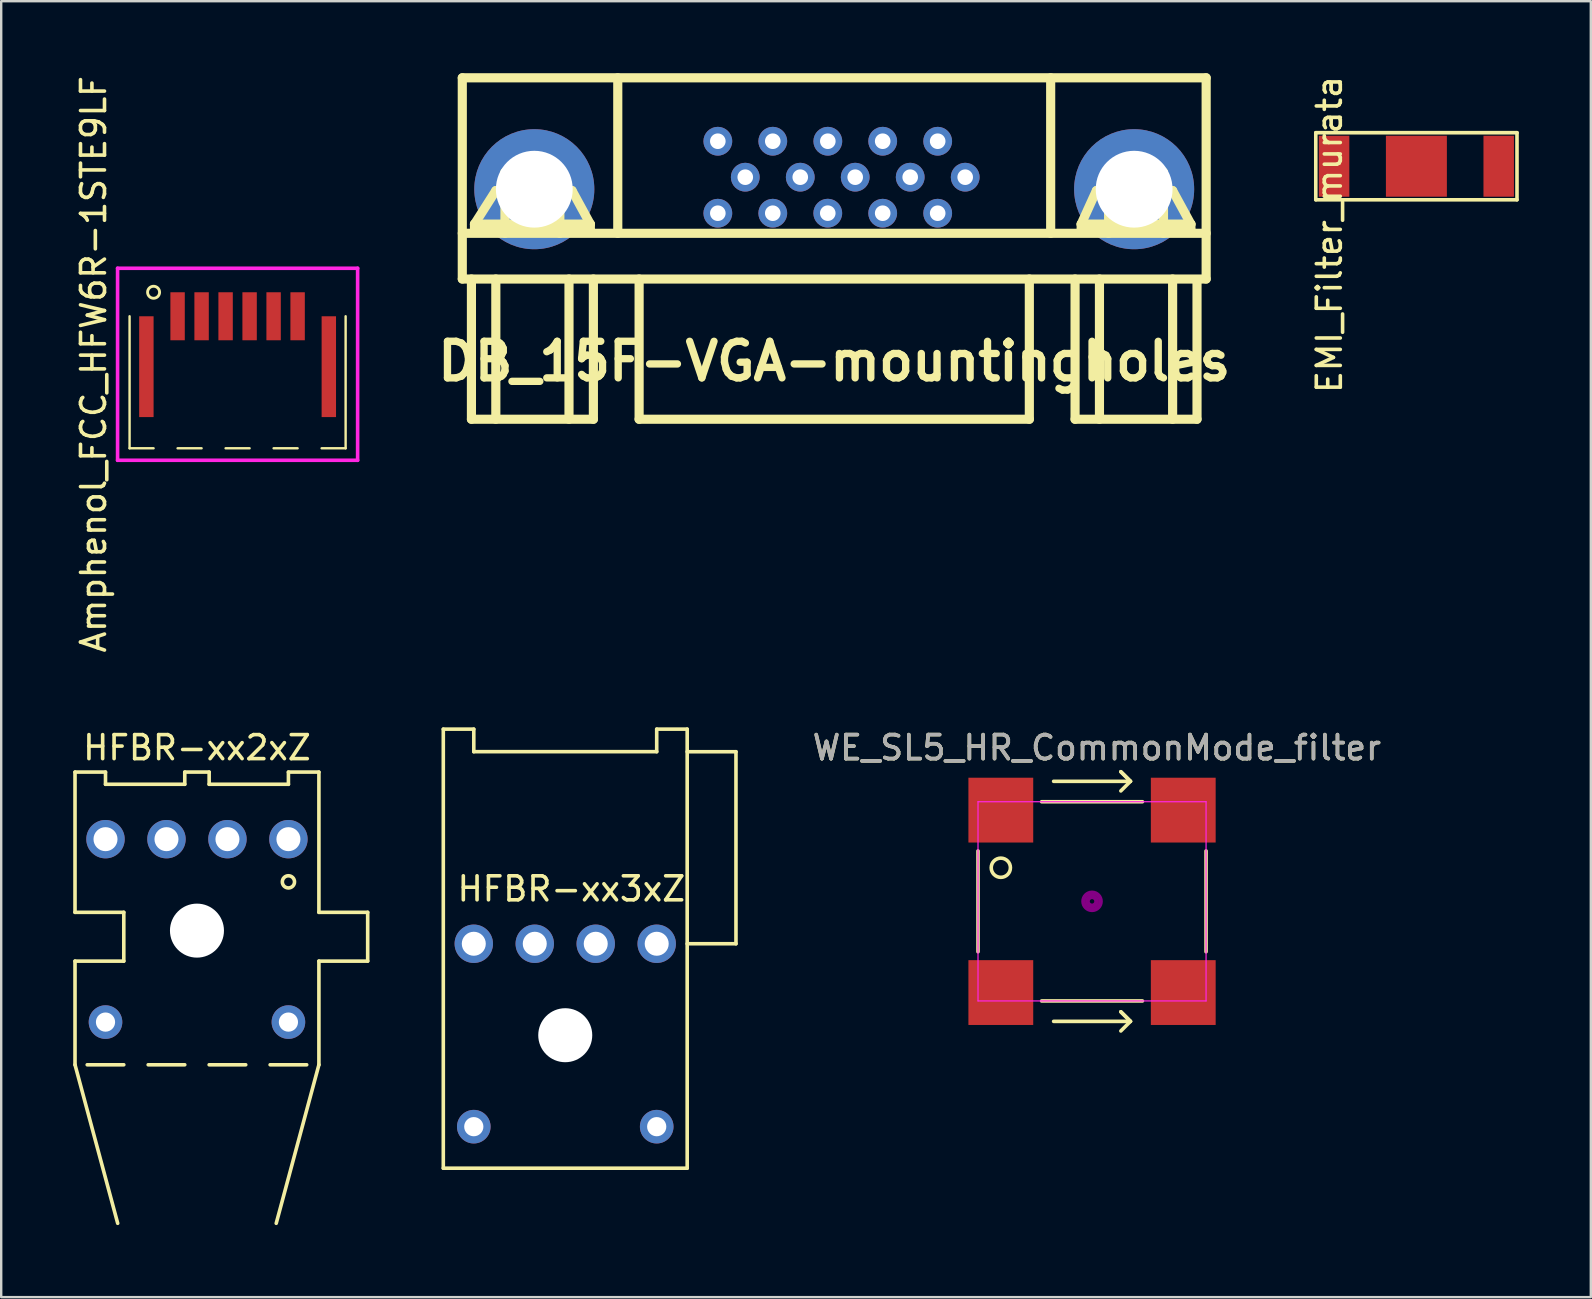
<source format=kicad_pcb>
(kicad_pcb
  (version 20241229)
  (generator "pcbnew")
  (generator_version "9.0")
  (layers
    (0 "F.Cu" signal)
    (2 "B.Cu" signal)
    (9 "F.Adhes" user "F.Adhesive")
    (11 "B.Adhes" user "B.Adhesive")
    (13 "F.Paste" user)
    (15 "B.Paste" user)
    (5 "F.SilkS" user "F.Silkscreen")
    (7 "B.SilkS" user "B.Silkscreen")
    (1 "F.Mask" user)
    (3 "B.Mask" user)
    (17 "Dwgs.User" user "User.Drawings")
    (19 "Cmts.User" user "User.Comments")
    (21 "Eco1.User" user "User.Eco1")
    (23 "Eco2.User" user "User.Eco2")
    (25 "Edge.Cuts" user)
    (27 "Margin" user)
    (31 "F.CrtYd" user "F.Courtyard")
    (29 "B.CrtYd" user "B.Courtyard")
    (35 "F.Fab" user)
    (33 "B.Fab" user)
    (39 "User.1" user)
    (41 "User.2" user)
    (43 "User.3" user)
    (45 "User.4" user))
  (footprint "Amphenol_FCC_HFW6R-1STE9LF"
    (layer "F.Cu")
    (at 6.848 10.125)
    (property "Reference" "Amphenol_FCC_HFW6R-1STE9LF" (at -6 2 90) (layer "F.SilkS") (effects (font (size 1 1) (thickness 0.15))))
    (attr smd)
    (fp_line (start -4.5 0) (end -4.5 5.5) (stroke (width 0.1) (type solid)) (layer "F.SilkS"))
    (fp_line (start -3.5 5.5) (end -4.5 5.5) (stroke (width 0.1) (type solid)) (layer "F.SilkS"))
    (fp_line (start -1.5 5.5) (end -2.5 5.5) (stroke (width 0.1) (type solid)) (layer "F.SilkS"))
    (fp_line (start 0.5 5.5) (end -0.5 5.5) (stroke (width 0.1) (type solid)) (layer "F.SilkS"))
    (fp_line (start 2.5 5.5) (end 1.5 5.5) (stroke (width 0.1) (type solid)) (layer "F.SilkS"))
    (fp_line (start 4.5 5.5) (end 3.5 5.5) (stroke (width 0.1) (type solid)) (layer "F.SilkS"))
    (fp_line (start 4.5 5.5) (end 4.5 0) (stroke (width 0.1) (type solid)) (layer "F.SilkS"))
    (fp_circle (center -3.5 -1) (end -3.75 -1) (stroke (width 0.12) (type solid)) (fill no) (layer "F.SilkS"))
    (fp_line (start -5 -2) (end -5 6) (stroke (width 0.15) (type solid)) (layer "F.CrtYd"))
    (fp_line (start -5 6) (end 5 6) (stroke (width 0.15) (type solid)) (layer "F.CrtYd"))
    (fp_line (start 5 -2) (end -5 -2) (stroke (width 0.15) (type solid)) (layer "F.CrtYd"))
    (fp_line (start 5 6) (end 5 -2) (stroke (width 0.15) (type solid)) (layer "F.CrtYd"))
    (pad "1" smd rect (at -3.8 2.1 180) (size 0.6 4.2) (layers "F.Cu" "F.Mask" "F.Paste"))
    (pad "1" smd rect (at -2.5 0 180) (size 0.6 2) (layers "F.Cu" "F.Mask" "F.Paste"))
    (pad "1" smd rect (at 3.8 2.1 180) (size 0.6 4.2) (layers "F.Cu" "F.Mask" "F.Paste"))
    (pad "2" smd rect (at -1.5 0 180) (size 0.6 2) (layers "F.Cu" "F.Mask" "F.Paste"))
    (pad "3" smd rect (at -0.5 0 180) (size 0.6 2) (layers "F.Cu" "F.Mask" "F.Paste"))
    (pad "4" smd rect (at 0.5 0 180) (size 0.6 2) (layers "F.Cu" "F.Mask" "F.Paste"))
    (pad "5" smd rect (at 1.5 0 180) (size 0.6 2) (layers "F.Cu" "F.Mask" "F.Paste"))
    (pad "6" smd rect (at 2.5 0 180) (size 0.6 2) (layers "F.Cu" "F.Mask" "F.Paste")))
  (footprint "WE_SL5_HR_CommonMode_filter"
    (layer "F.Cu")
    (at 42.442 34.498)
    (property "Reference" "WE_SL5_HR_CommonMode_filter" (at 0.2 -6.4 0) (layer "F.SilkS") (effects (font (size 1 1) (thickness 0.15))))
    (attr smd)
    (fp_line (start -4.75 2.1) (end -4.75 -2.1) (stroke (width 0.15) (type solid)) (layer "F.SilkS"))
    (fp_line (start -2.1 -4.15) (end 2.1 -4.15) (stroke (width 0.15) (type solid)) (layer "F.SilkS"))
    (fp_line (start -1.6 -5) (end 1.6 -5) (stroke (width 0.15) (type solid)) (layer "F.SilkS"))
    (fp_line (start -1.6 5) (end 1.6 5) (stroke (width 0.15) (type solid)) (layer "F.SilkS"))
    (fp_line (start 1.2 -5.4) (end 1.6 -5) (stroke (width 0.15) (type solid)) (layer "F.SilkS"))
    (fp_line (start 1.2 4.6) (end 1.6 5) (stroke (width 0.15) (type solid)) (layer "F.SilkS"))
    (fp_line (start 1.6 -5) (end 1.2 -5.4) (stroke (width 0.15) (type solid)) (layer "F.SilkS"))
    (fp_line (start 1.6 -5) (end 1.2 -4.6) (stroke (width 0.15) (type solid)) (layer "F.SilkS"))
    (fp_line (start 1.6 5) (end 1.2 4.6) (stroke (width 0.15) (type solid)) (layer "F.SilkS"))
    (fp_line (start 1.6 5) (end 1.2 5.4) (stroke (width 0.15) (type solid)) (layer "F.SilkS"))
    (fp_line (start 2.1 4.15) (end -2.1 4.15) (stroke (width 0.15) (type solid)) (layer "F.SilkS"))
    (fp_line (start 4.75 -2.1) (end 4.75 2.1) (stroke (width 0.15) (type solid)) (layer "F.SilkS"))
    (fp_circle (center -3.8 -1.4) (end -3.4 -1.4) (stroke (width 0.15) (type solid)) (fill no) (layer "F.SilkS"))
    (fp_circle (center 0 0) (end 0.093 0) (stroke (width 0.187) (type solid)) (fill no) (layer "F.Adhes"))
    (fp_circle (center 0 0) (end 0.213 0) (stroke (width 0.133) (type solid)) (fill no) (layer "F.Adhes"))
    (fp_circle (center 0 0) (end 0.333 0) (stroke (width 0.133) (type solid)) (fill no) (layer "F.Adhes"))
    (fp_circle (center 0 0) (end 0.4 0) (stroke (width 0.1) (type solid)) (fill no) (layer "F.Adhes"))
    (fp_line (start -4.75 -4.15) (end -4.75 4.15) (stroke (width 0.05) (type solid)) (layer "F.CrtYd"))
    (fp_line (start -4.75 4.15) (end 4.75 4.15) (stroke (width 0.05) (type solid)) (layer "F.CrtYd"))
    (fp_line (start 4.75 -4.15) (end -4.75 -4.15) (stroke (width 0.05) (type solid)) (layer "F.CrtYd"))
    (fp_line (start 4.75 4.15) (end 4.75 -4.15) (stroke (width 0.05) (type solid)) (layer "F.CrtYd"))
    (fp_text user "${REFERENCE}" (at 0.2 -6.4 0) (layer "F.Fab") (effects (font (size 1 1) (thickness 0.15))))
    (pad "1" smd rect (at -3.8 -3.8) (size 2.7 2.7) (layers "F.Cu" "F.Mask" "F.Paste"))
    (pad "2" smd rect (at 3.8 -3.8) (size 2.7 2.7) (layers "F.Cu" "F.Mask" "F.Paste"))
    (pad "3" smd rect (at -3.8 3.8) (size 2.7 2.7) (layers "F.Cu" "F.Mask" "F.Paste"))
    (pad "4" smd rect (at 3.8 3.8) (size 2.7 2.7) (layers "F.Cu" "F.Mask" "F.Paste")))
  (footprint "HFBR-xx2xZ"
    (layer "F.Cu")
    (at 8.965 31.908)
    (property "Reference" "HFBR-xx2xZ" (at -3.81 -3.81 0) (layer "F.SilkS") (effects (font (size 1 1) (thickness 0.15))))
    (attr through_hole)
    (fp_line (start -8.89 3.048) (end -8.89 -2.794) (stroke (width 0.15) (type solid)) (layer "F.SilkS"))
    (fp_line (start -8.89 5.08) (end -8.89 9.398) (stroke (width 0.15) (type solid)) (layer "F.SilkS"))
    (fp_line (start -8.89 5.08) (end -6.858 5.08) (stroke (width 0.15) (type solid)) (layer "F.SilkS"))
    (fp_line (start -8.89 9.398) (end -7.112 16.002) (stroke (width 0.15) (type solid)) (layer "F.SilkS"))
    (fp_line (start -8.382 9.398) (end -6.858 9.398) (stroke (width 0.15) (type solid)) (layer "F.SilkS"))
    (fp_line (start -7.62 -2.794) (end -8.89 -2.794) (stroke (width 0.15) (type solid)) (layer "F.SilkS"))
    (fp_line (start -7.62 -2.794) (end -7.62 -2.286) (stroke (width 0.15) (type solid)) (layer "F.SilkS"))
    (fp_line (start -7.62 -2.286) (end -4.318 -2.286) (stroke (width 0.15) (type solid)) (layer "F.SilkS"))
    (fp_line (start -6.858 3.048) (end -8.89 3.048) (stroke (width 0.15) (type solid)) (layer "F.SilkS"))
    (fp_line (start -6.858 5.08) (end -6.858 3.048) (stroke (width 0.15) (type solid)) (layer "F.SilkS"))
    (fp_line (start -5.842 9.398) (end -4.318 9.398) (stroke (width 0.15) (type solid)) (layer "F.SilkS"))
    (fp_line (start -4.318 -2.794) (end -3.302 -2.794) (stroke (width 0.15) (type solid)) (layer "F.SilkS"))
    (fp_line (start -4.318 -2.286) (end -4.318 -2.794) (stroke (width 0.15) (type solid)) (layer "F.SilkS"))
    (fp_line (start -3.302 -2.794) (end -3.302 -2.286) (stroke (width 0.15) (type solid)) (layer "F.SilkS"))
    (fp_line (start -3.302 -2.286) (end 0 -2.286) (stroke (width 0.15) (type solid)) (layer "F.SilkS"))
    (fp_line (start -3.302 9.398) (end -1.778 9.398) (stroke (width 0.15) (type solid)) (layer "F.SilkS"))
    (fp_line (start -0.762 9.398) (end 0.762 9.398) (stroke (width 0.15) (type solid)) (layer "F.SilkS"))
    (fp_line (start 0 -2.794) (end 1.27 -2.794) (stroke (width 0.15) (type solid)) (layer "F.SilkS"))
    (fp_line (start 0 -2.286) (end 0 -2.794) (stroke (width 0.15) (type solid)) (layer "F.SilkS"))
    (fp_line (start 1.27 -2.794) (end 1.27 3.048) (stroke (width 0.15) (type solid)) (layer "F.SilkS"))
    (fp_line (start 1.27 5.08) (end 1.27 9.398) (stroke (width 0.15) (type solid)) (layer "F.SilkS"))
    (fp_line (start 1.27 5.08) (end 3.302 5.08) (stroke (width 0.15) (type solid)) (layer "F.SilkS"))
    (fp_line (start 1.27 9.398) (end -0.508 16.002) (stroke (width 0.15) (type solid)) (layer "F.SilkS"))
    (fp_line (start 3.302 3.048) (end 1.27 3.048) (stroke (width 0.15) (type solid)) (layer "F.SilkS"))
    (fp_line (start 3.302 5.08) (end 3.302 3.048) (stroke (width 0.15) (type solid)) (layer "F.SilkS"))
    (fp_circle (center 0 1.778) (end 0.254 1.778) (stroke (width 0.15) (type solid)) (fill no) (layer "F.SilkS"))
    (pad "" np_thru_hole circle (at -3.81 3.81) (size 2.25 2.25) (drill 2.25) (layers "*.Cu" "*.Mask"))
    (pad "1" thru_hole circle (at 0 0) (size 1.6 1.6) (drill 1) (layers "*.Cu" "*.Mask"))
    (pad "2" thru_hole circle (at -2.54 0) (size 1.6 1.6) (drill 1) (layers "*.Cu" "*.Mask"))
    (pad "3" thru_hole circle (at -5.08 0) (size 1.6 1.6) (drill 1) (layers "*.Cu" "*.Mask"))
    (pad "4" thru_hole circle (at -7.62 0) (size 1.6 1.6) (drill 1) (layers "*.Cu" "*.Mask"))
    (pad "5" thru_hole circle (at -7.62 7.62) (size 1.4 1.4) (drill 0.8) (layers "*.Cu" "*.Mask"))
    (pad "8" thru_hole circle (at 0 7.62) (size 1.4 1.4) (drill 0.8) (layers "*.Cu" "*.Mask")))
  (footprint "HFBR-xx3xZ"
    (layer "F.Cu")
    (at 24.307 36.265)
    (property "Reference" "HFBR-xx3xZ" (at -3.556 -2.286 0) (layer "F.SilkS") (effects (font (size 1 1) (thickness 0.15))))
    (attr through_hole)
    (fp_line (start -8.89 9.35) (end -8.89 -8.94) (stroke (width 0.15) (type solid)) (layer "F.SilkS"))
    (fp_line (start -8.89 9.35) (end 1.27 9.35) (stroke (width 0.15) (type solid)) (layer "F.SilkS"))
    (fp_line (start -7.62 -8.94) (end -8.89 -8.94) (stroke (width 0.15) (type solid)) (layer "F.SilkS"))
    (fp_line (start -7.62 -8.001) (end -7.62 -8.94) (stroke (width 0.15) (type solid)) (layer "F.SilkS"))
    (fp_line (start 0 -8.94) (end 0 -8.001) (stroke (width 0.15) (type solid)) (layer "F.SilkS"))
    (fp_line (start 0 -8.94) (end 1.27 -8.94) (stroke (width 0.15) (type solid)) (layer "F.SilkS"))
    (fp_line (start 0 -8.001) (end -7.62 -8.001) (stroke (width 0.15) (type solid)) (layer "F.SilkS"))
    (fp_line (start 1.27 -8.94) (end 1.27 9.35) (stroke (width 0.15) (type solid)) (layer "F.SilkS"))
    (fp_line (start 1.27 -8) (end 3.302 -8) (stroke (width 0.15) (type solid)) (layer "F.SilkS"))
    (fp_line (start 3.302 -8) (end 3.302 0) (stroke (width 0.15) (type solid)) (layer "F.SilkS"))
    (fp_line (start 3.302 0) (end 1.27 0) (stroke (width 0.15) (type solid)) (layer "F.SilkS"))
    (pad "" np_thru_hole circle (at -3.81 3.81) (size 2.25 2.25) (drill 2.25) (layers "*.Cu" "*.Mask"))
    (pad "1" thru_hole circle (at 0 0) (size 1.6 1.6) (drill 1) (layers "*.Cu" "*.Mask"))
    (pad "2" thru_hole circle (at -2.54 0) (size 1.6 1.6) (drill 1) (layers "*.Cu" "*.Mask"))
    (pad "3" thru_hole circle (at -5.08 0) (size 1.6 1.6) (drill 1) (layers "*.Cu" "*.Mask"))
    (pad "4" thru_hole circle (at -7.62 0) (size 1.6 1.6) (drill 1) (layers "*.Cu" "*.Mask"))
    (pad "5" thru_hole circle (at -7.62 7.62) (size 1.4 1.4) (drill 0.8) (layers "*.Cu" "*.Mask"))
    (pad "8" thru_hole circle (at 0 7.62) (size 1.4 1.4) (drill 0.8) (layers "*.Cu" "*.Mask")))
  (footprint "EMI_Filter_murata"
    (layer "F.Cu")
    (at 55.954 3.875)
    (property "Reference" "EMI_Filter_murata" (at -3.625 2.845 270) (layer "F.SilkS") (effects (font (size 1 1) (thickness 0.15))))
    (attr smd)
    (fp_line (start -4.191 -1.397) (end -4.191 1.397) (stroke (width 0.15) (type solid)) (layer "F.SilkS"))
    (fp_line (start -4.191 1.397) (end 4.191 1.397) (stroke (width 0.15) (type solid)) (layer "F.SilkS"))
    (fp_line (start 4.191 -1.397) (end -4.191 -1.397) (stroke (width 0.15) (type solid)) (layer "F.SilkS"))
    (fp_line (start 4.191 1.397) (end 4.191 -1.397) (stroke (width 0.15) (type solid)) (layer "F.SilkS"))
    (pad "1" smd rect (at -3.429 0) (size 1.27 2.54) (layers "F.Cu" "F.Mask" "F.Paste"))
    (pad "2" smd rect (at 0 0) (size 2.54 2.54) (layers "F.Cu" "F.Mask" "F.Paste"))
    (pad "3" smd rect (at 3.429 0) (size 1.27 2.54) (layers "F.Cu" "F.Mask" "F.Paste")))
  (footprint "DB_15F-VGA-mountingholes"
    (layer "F.Cu")
    (at 31.702 7.303)
    (property "Reference" "DB_15F-VGA-mountingholes" (at 0 4.699 0) (layer "F.SilkS") (effects (font (size 1.524 1.524) (thickness 0.305))))
    (attr through_hole)
    (fp_line (start -15.494 -0.635) (end 15.494 -0.635) (stroke (width 0.381) (type solid)) (layer "F.SilkS"))
    (fp_line (start -15.494 1.27) (end -15.494 -7.112) (stroke (width 0.381) (type solid)) (layer "F.SilkS"))
    (fp_line (start -15.494 1.27) (end 15.494 1.27) (stroke (width 0.381) (type solid)) (layer "F.SilkS"))
    (fp_line (start -15.113 1.27) (end -15.113 7.112) (stroke (width 0.381) (type solid)) (layer "F.SilkS"))
    (fp_line (start -15.113 7.112) (end -10.033 7.112) (stroke (width 0.381) (type solid)) (layer "F.SilkS"))
    (fp_line (start -14.986 -1.016) (end -14.986 -0.762) (stroke (width 0.381) (type solid)) (layer "F.SilkS"))
    (fp_line (start -14.986 -0.762) (end -10.16 -0.762) (stroke (width 0.381) (type solid)) (layer "F.SilkS"))
    (fp_line (start -14.097 -2.413) (end -14.986 -1.016) (stroke (width 0.381) (type solid)) (layer "F.SilkS"))
    (fp_line (start -14.097 -2.413) (end -10.922 -2.413) (stroke (width 0.381) (type solid)) (layer "F.SilkS"))
    (fp_line (start -14.097 1.27) (end -14.097 7.112) (stroke (width 0.381) (type solid)) (layer "F.SilkS"))
    (fp_line (start -13.716 -3.175) (end -11.43 -3.175) (stroke (width 0.381) (type solid)) (layer "F.SilkS"))
    (fp_line (start -13.716 -0.635) (end -13.716 -3.175) (stroke (width 0.381) (type solid)) (layer "F.SilkS"))
    (fp_line (start -11.43 -3.175) (end -11.43 -0.635) (stroke (width 0.381) (type solid)) (layer "F.SilkS"))
    (fp_line (start -11.049 1.27) (end -11.049 7.112) (stroke (width 0.381) (type solid)) (layer "F.SilkS"))
    (fp_line (start -10.922 -2.413) (end -10.16 -1.016) (stroke (width 0.381) (type solid)) (layer "F.SilkS"))
    (fp_line (start -10.16 -1.016) (end -14.986 -1.016) (stroke (width 0.381) (type solid)) (layer "F.SilkS"))
    (fp_line (start -10.16 -0.762) (end -10.16 -1.016) (stroke (width 0.381) (type solid)) (layer "F.SilkS"))
    (fp_line (start -10.033 1.27) (end -10.033 7.112) (stroke (width 0.381) (type solid)) (layer "F.SilkS"))
    (fp_line (start -9.017 -7.112) (end -9.017 -0.635) (stroke (width 0.381) (type solid)) (layer "F.SilkS"))
    (fp_line (start -8.128 1.27) (end -8.128 7.112) (stroke (width 0.381) (type solid)) (layer "F.SilkS"))
    (fp_line (start -8.128 7.112) (end 8.128 7.112) (stroke (width 0.381) (type solid)) (layer "F.SilkS"))
    (fp_line (start 8.128 7.112) (end 8.128 1.27) (stroke (width 0.381) (type solid)) (layer "F.SilkS"))
    (fp_line (start 9.017 -0.635) (end 9.017 -7.112) (stroke (width 0.381) (type solid)) (layer "F.SilkS"))
    (fp_line (start 10.033 1.27) (end 10.033 7.112) (stroke (width 0.381) (type solid)) (layer "F.SilkS"))
    (fp_line (start 10.033 7.112) (end 15.113 7.112) (stroke (width 0.381) (type solid)) (layer "F.SilkS"))
    (fp_line (start 10.287 -1.016) (end 10.287 -0.762) (stroke (width 0.381) (type solid)) (layer "F.SilkS"))
    (fp_line (start 10.287 -0.762) (end 14.859 -0.762) (stroke (width 0.381) (type solid)) (layer "F.SilkS"))
    (fp_line (start 10.922 -2.413) (end 10.287 -1.016) (stroke (width 0.381) (type solid)) (layer "F.SilkS"))
    (fp_line (start 10.922 -2.413) (end 14.097 -2.413) (stroke (width 0.381) (type solid)) (layer "F.SilkS"))
    (fp_line (start 11.049 1.27) (end 11.049 7.112) (stroke (width 0.381) (type solid)) (layer "F.SilkS"))
    (fp_line (start 11.43 -3.175) (end 13.716 -3.175) (stroke (width 0.381) (type solid)) (layer "F.SilkS"))
    (fp_line (start 11.43 -0.635) (end 11.43 -3.175) (stroke (width 0.381) (type solid)) (layer "F.SilkS"))
    (fp_line (start 13.716 -3.175) (end 13.716 -0.635) (stroke (width 0.381) (type solid)) (layer "F.SilkS"))
    (fp_line (start 14.097 -2.413) (end 14.859 -1.016) (stroke (width 0.381) (type solid)) (layer "F.SilkS"))
    (fp_line (start 14.097 1.27) (end 14.097 7.112) (stroke (width 0.381) (type solid)) (layer "F.SilkS"))
    (fp_line (start 14.859 -1.016) (end 10.287 -1.016) (stroke (width 0.381) (type solid)) (layer "F.SilkS"))
    (fp_line (start 14.859 -0.762) (end 14.859 -1.016) (stroke (width 0.381) (type solid)) (layer "F.SilkS"))
    (fp_line (start 15.113 7.112) (end 15.113 1.397) (stroke (width 0.381) (type solid)) (layer "F.SilkS"))
    (fp_line (start 15.494 -7.112) (end -15.494 -7.112) (stroke (width 0.381) (type solid)) (layer "F.SilkS"))
    (fp_line (start 15.494 -7.112) (end 15.494 1.27) (stroke (width 0.381) (type solid)) (layer "F.SilkS"))
    (pad "0" thru_hole circle (at -12.494 -2.471) (size 5.001 5.001) (drill 3.2) (layers "*.Cu" "*.Mask"))
    (pad "0" thru_hole circle (at 12.494 -2.471) (size 5.001 5.001) (drill 3.2) (layers "*.Cu" "*.Mask"))
    (pad "1" thru_hole circle (at 4.31 -4.47) (size 1.199 1.199) (drill 0.65) (layers "*.Cu" "*.Mask"))
    (pad "2" thru_hole circle (at 2.019 -4.47) (size 1.199 1.199) (drill 0.65) (layers "*.Cu" "*.Mask"))
    (pad "3" thru_hole circle (at -0.267 -4.47) (size 1.199 1.199) (drill 0.65) (layers "*.Cu" "*.Mask"))
    (pad "4" thru_hole circle (at -2.56 -4.47) (size 1.199 1.199) (drill 0.65) (layers "*.Cu" "*.Mask"))
    (pad "5" thru_hole circle (at -4.849 -4.47) (size 1.199 1.199) (drill 0.65) (layers "*.Cu" "*.Mask"))
    (pad "6" thru_hole circle (at 5.456 -2.972) (size 1.199 1.199) (drill 0.65) (layers "*.Cu" "*.Mask"))
    (pad "7" thru_hole circle (at 3.165 -2.972) (size 1.199 1.199) (drill 0.65) (layers "*.Cu" "*.Mask"))
    (pad "8" thru_hole circle (at 0.874 -2.972) (size 1.199 1.199) (drill 0.65) (layers "*.Cu" "*.Mask"))
    (pad "9" thru_hole circle (at -1.415 -2.972) (size 1.199 1.199) (drill 0.65) (layers "*.Cu" "*.Mask"))
    (pad "10" thru_hole circle (at -3.706 -2.972) (size 1.199 1.199) (drill 0.65) (layers "*.Cu" "*.Mask"))
    (pad "11" thru_hole circle (at 4.31 -1.471) (size 1.199 1.199) (drill 0.65) (layers "*.Cu" "*.Mask"))
    (pad "12" thru_hole circle (at 2.019 -1.471) (size 1.199 1.199) (drill 0.65) (layers "*.Cu" "*.Mask"))
    (pad "13" thru_hole circle (at -0.269 -1.473) (size 1.199 1.199) (drill 0.65) (layers "*.Cu" "*.Mask"))
    (pad "14" thru_hole circle (at -2.56 -1.471) (size 1.199 1.199) (drill 0.65) (layers "*.Cu" "*.Mask"))
    (pad "15" thru_hole circle (at -4.849 -1.471) (size 1.199 1.199) (drill 0.65) (layers "*.Cu" "*.Mask")))
  (gr_rect
    (start -3 -3)
    (end 63.22 50.985)
    (stroke (width 0.1) (type default))
    (fill no)
    (layer "Edge.Cuts")))
</source>
